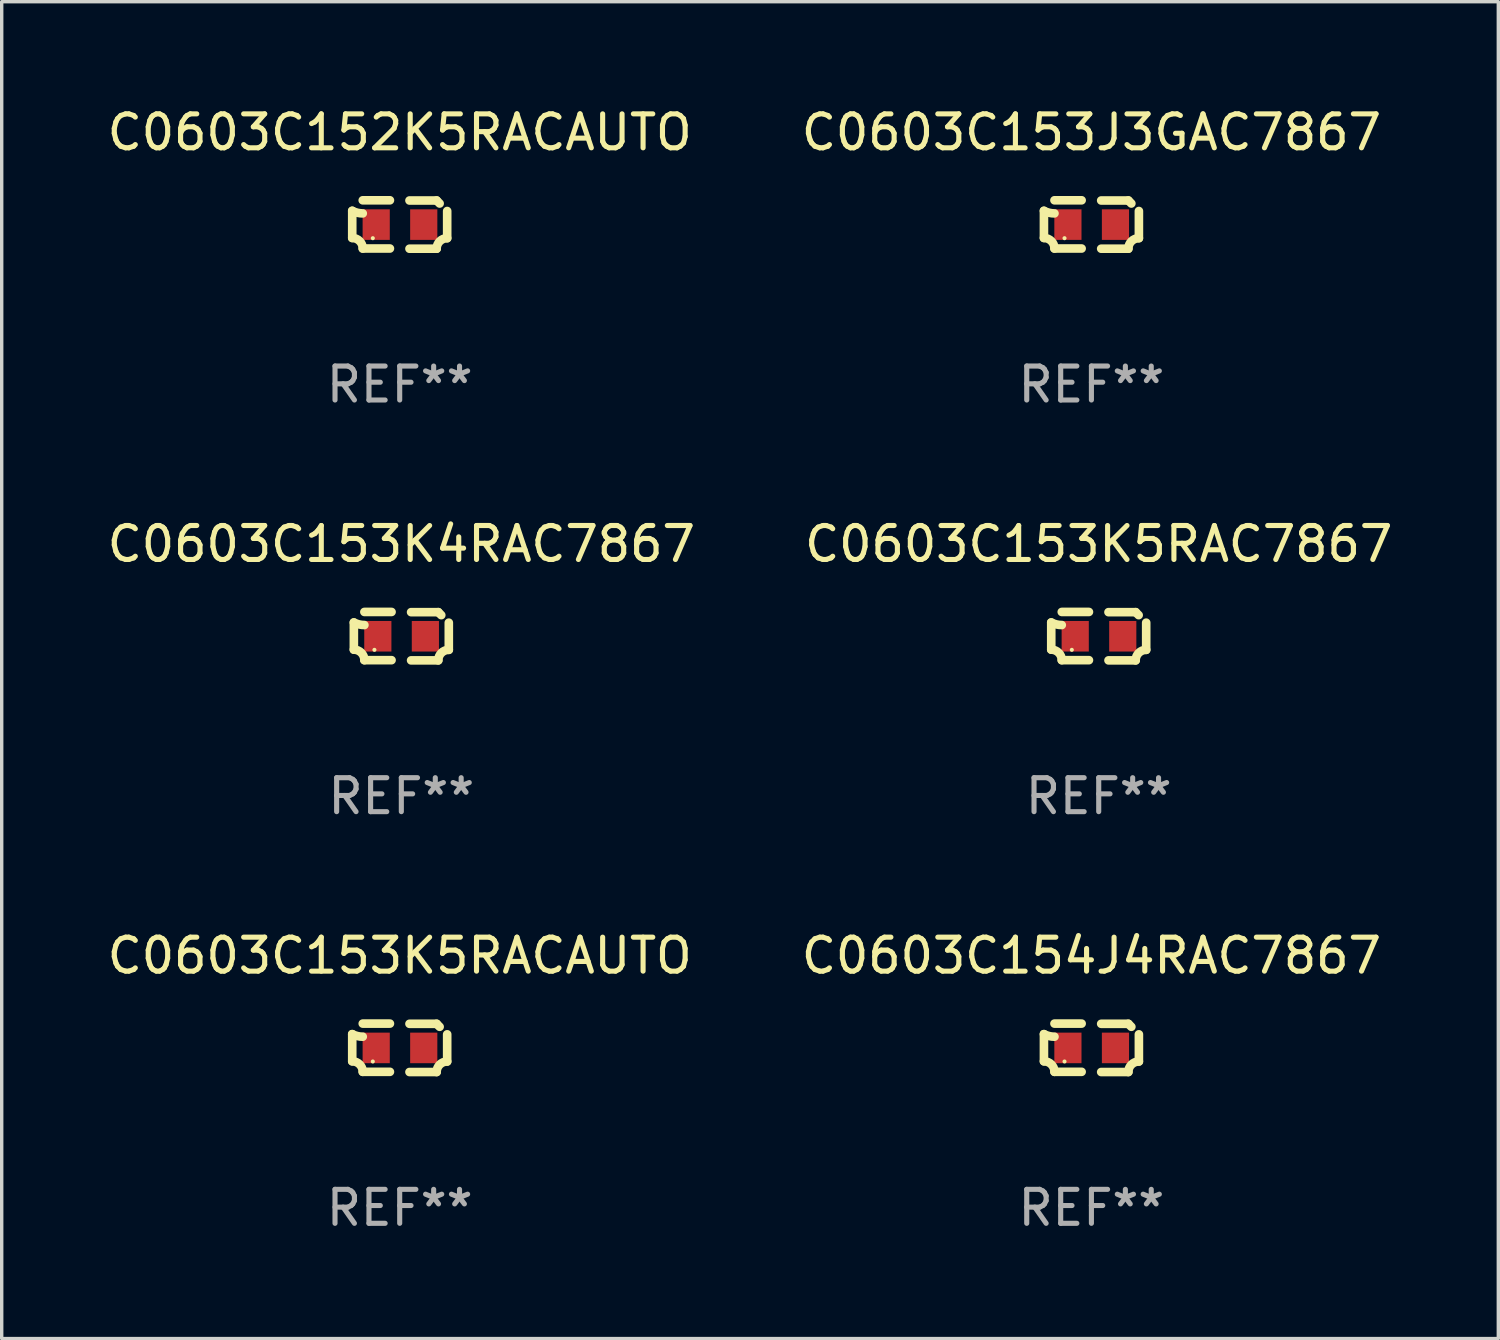
<source format=kicad_pcb>
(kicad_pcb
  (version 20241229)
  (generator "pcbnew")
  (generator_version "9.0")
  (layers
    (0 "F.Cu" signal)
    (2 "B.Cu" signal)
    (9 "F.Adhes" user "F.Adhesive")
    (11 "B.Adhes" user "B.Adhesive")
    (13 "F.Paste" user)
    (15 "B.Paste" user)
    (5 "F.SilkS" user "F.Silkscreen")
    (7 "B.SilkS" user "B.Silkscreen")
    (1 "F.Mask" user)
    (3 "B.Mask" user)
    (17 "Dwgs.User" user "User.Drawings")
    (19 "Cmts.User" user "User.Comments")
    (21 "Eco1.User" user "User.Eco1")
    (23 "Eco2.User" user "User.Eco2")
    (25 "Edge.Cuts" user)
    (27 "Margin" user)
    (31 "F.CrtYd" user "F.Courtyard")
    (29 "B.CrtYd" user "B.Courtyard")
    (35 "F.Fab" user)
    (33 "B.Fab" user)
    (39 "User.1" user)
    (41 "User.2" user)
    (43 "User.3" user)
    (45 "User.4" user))
  (footprint "C0603C154J4RAC7867"
    (layer "F.Cu")
    (at 29.089 27.805)
    (property "Reference" "C0603C154J4RAC7867" (at 0 -2.713 0) (layer "F.SilkS") (effects (font (size 1 1) (thickness 0.15))))
    (attr through_hole)
    (fp_line (start -1.398 -0.403) (end -1.398 0.397) (stroke (width 0.254) (type solid)) (layer "F.SilkS"))
    (fp_line (start -0.288 -0.713) (end -1.088 -0.713) (stroke (width 0.254) (type solid)) (layer "F.SilkS"))
    (fp_line (start -0.288 0.707) (end -1.088 0.707) (stroke (width 0.254) (type solid)) (layer "F.SilkS"))
    (fp_line (start 0.288 -0.707) (end 1.088 -0.707) (stroke (width 0.254) (type solid)) (layer "F.SilkS"))
    (fp_line (start 0.288 0.713) (end 1.088 0.713) (stroke (width 0.254) (type solid)) (layer "F.SilkS"))
    (fp_line (start 1.398 -0.397) (end 1.398 0.403) (stroke (width 0.254) (type solid)) (layer "F.SilkS"))
    (fp_arc (start -1.397789 0.397066) (mid -1.178701 0.487826) (end -1.08796 0.706922) (stroke (width 0.254001) (type solid)) (layer "F.SilkS"))
    (fp_arc (start -1.08796 -0.327176) (mid -1.247436 -0.346384) (end -1.39779 -0.402908) (stroke (width 0.254001) (type solid)) (layer "F.SilkS"))
    (fp_arc (start 1.087909 0.712738) (mid 1.178656 0.493655) (end 1.397739 0.402908) (stroke (width 0.254001) (type solid)) (layer "F.SilkS"))
    (fp_arc (start 1.175925 -0.618926) (mid 1.131917 -0.662923) (end 1.08791 -0.706922) (stroke (width 0.254001) (type solid)) (layer "F.SilkS"))
    (fp_circle (center -0.792 0.403) (end -0.762 0.403) (stroke (width 0.06) (type solid)) (fill no) (layer "F.SilkS"))
    (fp_text user "REF**" (at 0 4.713 0) (layer "F.Fab") (effects (font (size 1 1) (thickness 0.15))))
    (pad "1" smd rect (at -0.692 0.003) (size 0.8 0.9) (layers "F.Cu" "F.Mask" "F.Paste"))
    (pad "2" smd rect (at 0.708 0.003) (size 0.8 0.9) (layers "F.Cu" "F.Mask" "F.Paste")))
  (footprint "C0603C153K5RAC7867"
    (layer "F.Cu")
    (at 29.304 15.683)
    (property "Reference" "C0603C153K5RAC7867" (at 0 -2.713 0) (layer "F.SilkS") (effects (font (size 1 1) (thickness 0.15))))
    (attr through_hole)
    (fp_line (start -1.398 -0.403) (end -1.398 0.397) (stroke (width 0.254) (type solid)) (layer "F.SilkS"))
    (fp_line (start -0.288 -0.713) (end -1.088 -0.713) (stroke (width 0.254) (type solid)) (layer "F.SilkS"))
    (fp_line (start -0.288 0.707) (end -1.088 0.707) (stroke (width 0.254) (type solid)) (layer "F.SilkS"))
    (fp_line (start 0.288 -0.707) (end 1.088 -0.707) (stroke (width 0.254) (type solid)) (layer "F.SilkS"))
    (fp_line (start 0.288 0.713) (end 1.088 0.713) (stroke (width 0.254) (type solid)) (layer "F.SilkS"))
    (fp_line (start 1.398 -0.397) (end 1.398 0.403) (stroke (width 0.254) (type solid)) (layer "F.SilkS"))
    (fp_arc (start -1.397789 0.397066) (mid -1.178701 0.487826) (end -1.08796 0.706922) (stroke (width 0.254001) (type solid)) (layer "F.SilkS"))
    (fp_arc (start -1.08796 -0.327176) (mid -1.247436 -0.346384) (end -1.39779 -0.402908) (stroke (width 0.254001) (type solid)) (layer "F.SilkS"))
    (fp_arc (start 1.087909 0.712738) (mid 1.178656 0.493655) (end 1.397739 0.402908) (stroke (width 0.254001) (type solid)) (layer "F.SilkS"))
    (fp_arc (start 1.175925 -0.618926) (mid 1.131917 -0.662923) (end 1.08791 -0.706922) (stroke (width 0.254001) (type solid)) (layer "F.SilkS"))
    (fp_circle (center -0.792 0.403) (end -0.762 0.403) (stroke (width 0.06) (type solid)) (fill no) (layer "F.SilkS"))
    (fp_text user "REF**" (at 0 4.713 0) (layer "F.Fab") (effects (font (size 1 1) (thickness 0.15))))
    (pad "1" smd rect (at -0.692 0.003) (size 0.8 0.9) (layers "F.Cu" "F.Mask" "F.Paste"))
    (pad "2" smd rect (at 0.708 0.003) (size 0.8 0.9) (layers "F.Cu" "F.Mask" "F.Paste")))
  (footprint "C0603C153J3GAC7867"
    (layer "F.Cu")
    (at 29.089 3.561)
    (property "Reference" "C0603C153J3GAC7867" (at 0 -2.713 0) (layer "F.SilkS") (effects (font (size 1 1) (thickness 0.15))))
    (attr through_hole)
    (fp_line (start -1.398 -0.403) (end -1.398 0.397) (stroke (width 0.254) (type solid)) (layer "F.SilkS"))
    (fp_line (start -0.288 -0.713) (end -1.088 -0.713) (stroke (width 0.254) (type solid)) (layer "F.SilkS"))
    (fp_line (start -0.288 0.707) (end -1.088 0.707) (stroke (width 0.254) (type solid)) (layer "F.SilkS"))
    (fp_line (start 0.288 -0.707) (end 1.088 -0.707) (stroke (width 0.254) (type solid)) (layer "F.SilkS"))
    (fp_line (start 0.288 0.713) (end 1.088 0.713) (stroke (width 0.254) (type solid)) (layer "F.SilkS"))
    (fp_line (start 1.398 -0.397) (end 1.398 0.403) (stroke (width 0.254) (type solid)) (layer "F.SilkS"))
    (fp_arc (start -1.397789 0.397066) (mid -1.178701 0.487826) (end -1.08796 0.706922) (stroke (width 0.254001) (type solid)) (layer "F.SilkS"))
    (fp_arc (start -1.08796 -0.327176) (mid -1.247436 -0.346384) (end -1.39779 -0.402908) (stroke (width 0.254001) (type solid)) (layer "F.SilkS"))
    (fp_arc (start 1.087909 0.712738) (mid 1.178656 0.493655) (end 1.397739 0.402908) (stroke (width 0.254001) (type solid)) (layer "F.SilkS"))
    (fp_arc (start 1.175925 -0.618926) (mid 1.131917 -0.662923) (end 1.08791 -0.706922) (stroke (width 0.254001) (type solid)) (layer "F.SilkS"))
    (fp_circle (center -0.792 0.403) (end -0.762 0.403) (stroke (width 0.06) (type solid)) (fill no) (layer "F.SilkS"))
    (fp_text user "REF**" (at 0 4.713 0) (layer "F.Fab") (effects (font (size 1 1) (thickness 0.15))))
    (pad "1" smd rect (at -0.692 0.003) (size 0.8 0.9) (layers "F.Cu" "F.Mask" "F.Paste"))
    (pad "2" smd rect (at 0.708 0.003) (size 0.8 0.9) (layers "F.Cu" "F.Mask" "F.Paste")))
  (footprint "C0603C153K4RAC7867"
    (layer "F.Cu")
    (at 8.768 15.683)
    (property "Reference" "C0603C153K4RAC7867" (at 0 -2.713 0) (layer "F.SilkS") (effects (font (size 1 1) (thickness 0.15))))
    (attr through_hole)
    (fp_line (start -1.398 -0.403) (end -1.398 0.397) (stroke (width 0.254) (type solid)) (layer "F.SilkS"))
    (fp_line (start -0.288 -0.713) (end -1.088 -0.713) (stroke (width 0.254) (type solid)) (layer "F.SilkS"))
    (fp_line (start -0.288 0.707) (end -1.088 0.707) (stroke (width 0.254) (type solid)) (layer "F.SilkS"))
    (fp_line (start 0.288 -0.707) (end 1.088 -0.707) (stroke (width 0.254) (type solid)) (layer "F.SilkS"))
    (fp_line (start 0.288 0.713) (end 1.088 0.713) (stroke (width 0.254) (type solid)) (layer "F.SilkS"))
    (fp_line (start 1.398 -0.397) (end 1.398 0.403) (stroke (width 0.254) (type solid)) (layer "F.SilkS"))
    (fp_arc (start -1.397789 0.397066) (mid -1.178701 0.487826) (end -1.08796 0.706922) (stroke (width 0.254001) (type solid)) (layer "F.SilkS"))
    (fp_arc (start -1.08796 -0.327176) (mid -1.247436 -0.346384) (end -1.39779 -0.402908) (stroke (width 0.254001) (type solid)) (layer "F.SilkS"))
    (fp_arc (start 1.087909 0.712738) (mid 1.178656 0.493655) (end 1.397739 0.402908) (stroke (width 0.254001) (type solid)) (layer "F.SilkS"))
    (fp_arc (start 1.175925 -0.618926) (mid 1.131917 -0.662923) (end 1.08791 -0.706922) (stroke (width 0.254001) (type solid)) (layer "F.SilkS"))
    (fp_circle (center -0.792 0.403) (end -0.762 0.403) (stroke (width 0.06) (type solid)) (fill no) (layer "F.SilkS"))
    (fp_text user "REF**" (at 0 4.713 0) (layer "F.Fab") (effects (font (size 1 1) (thickness 0.15))))
    (pad "1" smd rect (at -0.692 0.003) (size 0.8 0.9) (layers "F.Cu" "F.Mask" "F.Paste"))
    (pad "2" smd rect (at 0.708 0.003) (size 0.8 0.9) (layers "F.Cu" "F.Mask" "F.Paste")))
  (footprint "C0603C152K5RACAUTO"
    (layer "F.Cu")
    (at 8.72 3.561)
    (property "Reference" "C0603C152K5RACAUTO" (at 0 -2.713 0) (layer "F.SilkS") (effects (font (size 1 1) (thickness 0.15))))
    (attr through_hole)
    (fp_line (start -1.398 -0.403) (end -1.398 0.397) (stroke (width 0.254) (type solid)) (layer "F.SilkS"))
    (fp_line (start -0.288 -0.713) (end -1.088 -0.713) (stroke (width 0.254) (type solid)) (layer "F.SilkS"))
    (fp_line (start -0.288 0.707) (end -1.088 0.707) (stroke (width 0.254) (type solid)) (layer "F.SilkS"))
    (fp_line (start 0.288 -0.707) (end 1.088 -0.707) (stroke (width 0.254) (type solid)) (layer "F.SilkS"))
    (fp_line (start 0.288 0.713) (end 1.088 0.713) (stroke (width 0.254) (type solid)) (layer "F.SilkS"))
    (fp_line (start 1.398 -0.397) (end 1.398 0.403) (stroke (width 0.254) (type solid)) (layer "F.SilkS"))
    (fp_arc (start -1.397789 0.397066) (mid -1.178701 0.487826) (end -1.08796 0.706922) (stroke (width 0.254001) (type solid)) (layer "F.SilkS"))
    (fp_arc (start -1.08796 -0.327176) (mid -1.247436 -0.346384) (end -1.39779 -0.402908) (stroke (width 0.254001) (type solid)) (layer "F.SilkS"))
    (fp_arc (start 1.087909 0.712738) (mid 1.178656 0.493655) (end 1.397739 0.402908) (stroke (width 0.254001) (type solid)) (layer "F.SilkS"))
    (fp_arc (start 1.175925 -0.618926) (mid 1.131917 -0.662923) (end 1.08791 -0.706922) (stroke (width 0.254001) (type solid)) (layer "F.SilkS"))
    (fp_circle (center -0.792 0.403) (end -0.762 0.403) (stroke (width 0.06) (type solid)) (fill no) (layer "F.SilkS"))
    (fp_text user "REF**" (at 0 4.713 0) (layer "F.Fab") (effects (font (size 1 1) (thickness 0.15))))
    (pad "1" smd rect (at -0.692 0.003) (size 0.8 0.9) (layers "F.Cu" "F.Mask" "F.Paste"))
    (pad "2" smd rect (at 0.708 0.003) (size 0.8 0.9) (layers "F.Cu" "F.Mask" "F.Paste")))
  (footprint "C0603C153K5RACAUTO"
    (layer "F.Cu")
    (at 8.72 27.805)
    (property "Reference" "C0603C153K5RACAUTO" (at 0 -2.713 0) (layer "F.SilkS") (effects (font (size 1 1) (thickness 0.15))))
    (attr through_hole)
    (fp_line (start -1.398 -0.403) (end -1.398 0.397) (stroke (width 0.254) (type solid)) (layer "F.SilkS"))
    (fp_line (start -0.288 -0.713) (end -1.088 -0.713) (stroke (width 0.254) (type solid)) (layer "F.SilkS"))
    (fp_line (start -0.288 0.707) (end -1.088 0.707) (stroke (width 0.254) (type solid)) (layer "F.SilkS"))
    (fp_line (start 0.288 -0.707) (end 1.088 -0.707) (stroke (width 0.254) (type solid)) (layer "F.SilkS"))
    (fp_line (start 0.288 0.713) (end 1.088 0.713) (stroke (width 0.254) (type solid)) (layer "F.SilkS"))
    (fp_line (start 1.398 -0.397) (end 1.398 0.403) (stroke (width 0.254) (type solid)) (layer "F.SilkS"))
    (fp_arc (start -1.397789 0.397066) (mid -1.178701 0.487826) (end -1.08796 0.706922) (stroke (width 0.254001) (type solid)) (layer "F.SilkS"))
    (fp_arc (start -1.08796 -0.327176) (mid -1.247436 -0.346384) (end -1.39779 -0.402908) (stroke (width 0.254001) (type solid)) (layer "F.SilkS"))
    (fp_arc (start 1.087909 0.712738) (mid 1.178656 0.493655) (end 1.397739 0.402908) (stroke (width 0.254001) (type solid)) (layer "F.SilkS"))
    (fp_arc (start 1.175925 -0.618926) (mid 1.131917 -0.662923) (end 1.08791 -0.706922) (stroke (width 0.254001) (type solid)) (layer "F.SilkS"))
    (fp_circle (center -0.792 0.403) (end -0.762 0.403) (stroke (width 0.06) (type solid)) (fill no) (layer "F.SilkS"))
    (fp_text user "REF**" (at 0 4.713 0) (layer "F.Fab") (effects (font (size 1 1) (thickness 0.15))))
    (pad "1" smd rect (at -0.692 0.003) (size 0.8 0.9) (layers "F.Cu" "F.Mask" "F.Paste"))
    (pad "2" smd rect (at 0.708 0.003) (size 0.8 0.9) (layers "F.Cu" "F.Mask" "F.Paste")))
  (gr_rect
    (start -3 -3)
    (end 41.071 36.366)
    (stroke (width 0.1) (type default))
    (fill no)
    (layer "Edge.Cuts")))
</source>
